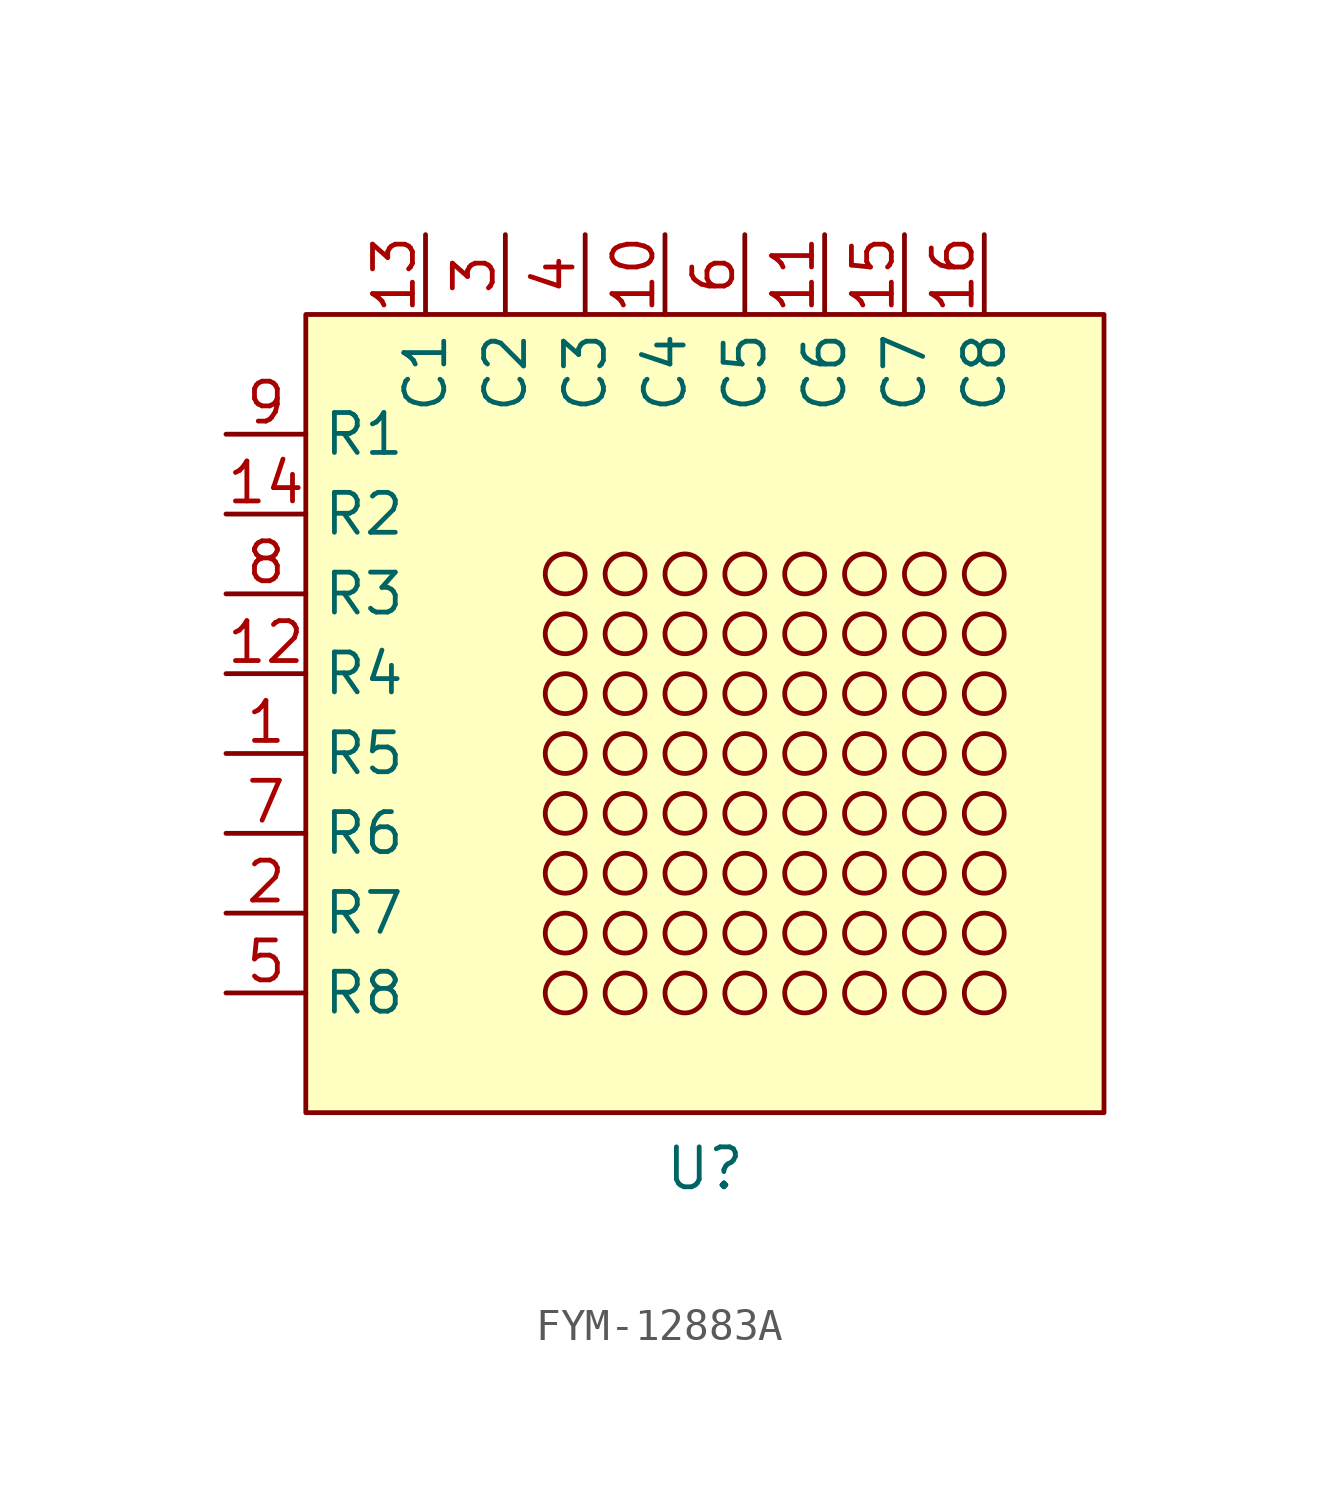
<source format=kicad_sym>
(kicad_symbol_lib
  (version 20231120)
  (generator "kicad_symbol_editor")
  (generator_version "8.0")
  (symbol "FYM-12883A"
    (property "Reference" "U"
      (at 0 -14.478 0)
      (effects (font (size 1.27 1.27))))
    (property "Value" ""
      (at 4.445 -3.81 0)
      (effects (font (size 1.27 1.27))))
    (symbol "FYM-12883A_1_1"
      (rectangle (start -12.7 12.7) (end 12.7 -12.7) (stroke (width 0) (type default)) (fill (type background)))
      (circle (center -4.445 -8.89) (radius 0.635) (stroke (width 0) (type default)) (fill (type none)))
      (circle (center -4.445 -6.985) (radius 0.635) (stroke (width 0) (type default)) (fill (type none)))
      (circle (center -4.445 -5.08) (radius 0.635) (stroke (width 0) (type default)) (fill (type none)))
      (circle (center -4.445 -3.175) (radius 0.635) (stroke (width 0) (type default)) (fill (type none)))
      (circle (center -4.445 -1.27) (radius 0.635) (stroke (width 0) (type default)) (fill (type none)))
      (circle (center -4.445 0.635) (radius 0.635) (stroke (width 0) (type default)) (fill (type none)))
      (circle (center -4.445 2.54) (radius 0.635) (stroke (width 0) (type default)) (fill (type none)))
      (circle (center -4.445 4.445) (radius 0.635) (stroke (width 0) (type default)) (fill (type none)))
      (circle (center -2.54 -8.89) (radius 0.635) (stroke (width 0) (type default)) (fill (type none)))
      (circle (center -2.54 -6.985) (radius 0.635) (stroke (width 0) (type default)) (fill (type none)))
      (circle (center -2.54 -5.08) (radius 0.635) (stroke (width 0) (type default)) (fill (type none)))
      (circle (center -2.54 -3.175) (radius 0.635) (stroke (width 0) (type default)) (fill (type none)))
      (circle (center -2.54 -1.27) (radius 0.635) (stroke (width 0) (type default)) (fill (type none)))
      (circle (center -2.54 0.635) (radius 0.635) (stroke (width 0) (type default)) (fill (type none)))
      (circle (center -2.54 2.54) (radius 0.635) (stroke (width 0) (type default)) (fill (type none)))
      (circle (center -2.54 4.445) (radius 0.635) (stroke (width 0) (type default)) (fill (type none)))
      (circle (center -0.635 -8.89) (radius 0.635) (stroke (width 0) (type default)) (fill (type none)))
      (circle (center -0.635 -6.985) (radius 0.635) (stroke (width 0) (type default)) (fill (type none)))
      (circle (center -0.635 -5.08) (radius 0.635) (stroke (width 0) (type default)) (fill (type none)))
      (circle (center -0.635 -3.175) (radius 0.635) (stroke (width 0) (type default)) (fill (type none)))
      (circle (center -0.635 -1.27) (radius 0.635) (stroke (width 0) (type default)) (fill (type none)))
      (circle (center -0.635 0.635) (radius 0.635) (stroke (width 0) (type default)) (fill (type none)))
      (circle (center -0.635 2.54) (radius 0.635) (stroke (width 0) (type default)) (fill (type none)))
      (circle (center -0.635 4.445) (radius 0.635) (stroke (width 0) (type default)) (fill (type none)))
      (circle (center 1.27 -8.89) (radius 0.635) (stroke (width 0) (type default)) (fill (type none)))
      (circle (center 1.27 -6.985) (radius 0.635) (stroke (width 0) (type default)) (fill (type none)))
      (circle (center 1.27 -5.08) (radius 0.635) (stroke (width 0) (type default)) (fill (type none)))
      (circle (center 1.27 -3.175) (radius 0.635) (stroke (width 0) (type default)) (fill (type none)))
      (circle (center 1.27 -1.27) (radius 0.635) (stroke (width 0) (type default)) (fill (type none)))
      (circle (center 1.27 0.635) (radius 0.635) (stroke (width 0) (type default)) (fill (type none)))
      (circle (center 1.27 2.54) (radius 0.635) (stroke (width 0) (type default)) (fill (type none)))
      (circle (center 1.27 4.445) (radius 0.635) (stroke (width 0) (type default)) (fill (type none)))
      (circle (center 3.175 -8.89) (radius 0.635) (stroke (width 0) (type default)) (fill (type none)))
      (circle (center 3.175 -6.985) (radius 0.635) (stroke (width 0) (type default)) (fill (type none)))
      (circle (center 3.175 -5.08) (radius 0.635) (stroke (width 0) (type default)) (fill (type none)))
      (circle (center 3.175 -3.175) (radius 0.635) (stroke (width 0) (type default)) (fill (type none)))
      (circle (center 3.175 -1.27) (radius 0.635) (stroke (width 0) (type default)) (fill (type none)))
      (circle (center 3.175 0.635) (radius 0.635) (stroke (width 0) (type default)) (fill (type none)))
      (circle (center 3.175 2.54) (radius 0.635) (stroke (width 0) (type default)) (fill (type none)))
      (circle (center 3.175 4.445) (radius 0.635) (stroke (width 0) (type default)) (fill (type none)))
      (circle (center 5.08 -8.89) (radius 0.635) (stroke (width 0) (type default)) (fill (type none)))
      (circle (center 5.08 -6.985) (radius 0.635) (stroke (width 0) (type default)) (fill (type none)))
      (circle (center 5.08 -5.08) (radius 0.635) (stroke (width 0) (type default)) (fill (type none)))
      (circle (center 5.08 -3.175) (radius 0.635) (stroke (width 0) (type default)) (fill (type none)))
      (circle (center 5.08 -1.27) (radius 0.635) (stroke (width 0) (type default)) (fill (type none)))
      (circle (center 5.08 0.635) (radius 0.635) (stroke (width 0) (type default)) (fill (type none)))
      (circle (center 5.08 2.54) (radius 0.635) (stroke (width 0) (type default)) (fill (type none)))
      (circle (center 5.08 4.445) (radius 0.635) (stroke (width 0) (type default)) (fill (type none)))
      (circle (center 6.985 -8.89) (radius 0.635) (stroke (width 0) (type default)) (fill (type none)))
      (circle (center 6.985 -6.985) (radius 0.635) (stroke (width 0) (type default)) (fill (type none)))
      (circle (center 6.985 -5.08) (radius 0.635) (stroke (width 0) (type default)) (fill (type none)))
      (circle (center 6.985 -3.175) (radius 0.635) (stroke (width 0) (type default)) (fill (type none)))
      (circle (center 6.985 -1.27) (radius 0.635) (stroke (width 0) (type default)) (fill (type none)))
      (circle (center 6.985 0.635) (radius 0.635) (stroke (width 0) (type default)) (fill (type none)))
      (circle (center 6.985 2.54) (radius 0.635) (stroke (width 0) (type default)) (fill (type none)))
      (circle (center 6.985 4.445) (radius 0.635) (stroke (width 0) (type default)) (fill (type none)))
      (circle (center 8.89 -8.89) (radius 0.635) (stroke (width 0) (type default)) (fill (type none)))
      (circle (center 8.89 -6.985) (radius 0.635) (stroke (width 0) (type default)) (fill (type none)))
      (circle (center 8.89 -5.08) (radius 0.635) (stroke (width 0) (type default)) (fill (type none)))
      (circle (center 8.89 -3.175) (radius 0.635) (stroke (width 0) (type default)) (fill (type none)))
      (circle (center 8.89 -1.27) (radius 0.635) (stroke (width 0) (type default)) (fill (type none)))
      (circle (center 8.89 0.635) (radius 0.635) (stroke (width 0) (type default)) (fill (type none)))
      (circle (center 8.89 2.54) (radius 0.635) (stroke (width 0) (type default)) (fill (type none)))
      (circle (center 8.89 4.445) (radius 0.635) (stroke (width 0) (type default)) (fill (type none)))
      (pin unspecified line (at -15.24 -1.27 0) (length 2.54) (name "R5" (effects (font (size 1.27 1.27)))) (number "1" (effects (font (size 1.27 1.27)))))
      (pin unspecified line (at -1.27 15.24 270) (length 2.54) (name "C4" (effects (font (size 1.27 1.27)))) (number "10" (effects (font (size 1.27 1.27)))))
      (pin unspecified line (at 3.81 15.24 270) (length 2.54) (name "C6" (effects (font (size 1.27 1.27)))) (number "11" (effects (font (size 1.27 1.27)))))
      (pin unspecified line (at -15.24 1.27 0) (length 2.54) (name "R4" (effects (font (size 1.27 1.27)))) (number "12" (effects (font (size 1.27 1.27)))))
      (pin unspecified line (at -8.89 15.24 270) (length 2.54) (name "C1" (effects (font (size 1.27 1.27)))) (number "13" (effects (font (size 1.27 1.27)))))
      (pin unspecified line (at -15.24 6.35 0) (length 2.54) (name "R2" (effects (font (size 1.27 1.27)))) (number "14" (effects (font (size 1.27 1.27)))))
      (pin unspecified line (at 6.35 15.24 270) (length 2.54) (name "C7" (effects (font (size 1.27 1.27)))) (number "15" (effects (font (size 1.27 1.27)))))
      (pin unspecified line (at 8.89 15.24 270) (length 2.54) (name "C8" (effects (font (size 1.27 1.27)))) (number "16" (effects (font (size 1.27 1.27)))))
      (pin unspecified line (at -15.24 -6.35 0) (length 2.54) (name "R7" (effects (font (size 1.27 1.27)))) (number "2" (effects (font (size 1.27 1.27)))))
      (pin unspecified line (at -6.35 15.24 270) (length 2.54) (name "C2" (effects (font (size 1.27 1.27)))) (number "3" (effects (font (size 1.27 1.27)))))
      (pin unspecified line (at -3.81 15.24 270) (length 2.54) (name "C3" (effects (font (size 1.27 1.27)))) (number "4" (effects (font (size 1.27 1.27)))))
      (pin unspecified line (at -15.24 -8.89 0) (length 2.54) (name "R8" (effects (font (size 1.27 1.27)))) (number "5" (effects (font (size 1.27 1.27)))))
      (pin unspecified line (at 1.27 15.24 270) (length 2.54) (name "C5" (effects (font (size 1.27 1.27)))) (number "6" (effects (font (size 1.27 1.27)))))
      (pin unspecified line (at -15.24 -3.81 0) (length 2.54) (name "R6" (effects (font (size 1.27 1.27)))) (number "7" (effects (font (size 1.27 1.27)))))
      (pin unspecified line (at -15.24 3.81 0) (length 2.54) (name "R3" (effects (font (size 1.27 1.27)))) (number "8" (effects (font (size 1.27 1.27)))))
      (pin unspecified line (at -15.24 8.89 0) (length 2.54) (name "R1" (effects (font (size 1.27 1.27)))) (number "9" (effects (font (size 1.27 1.27))))))))
</source>
